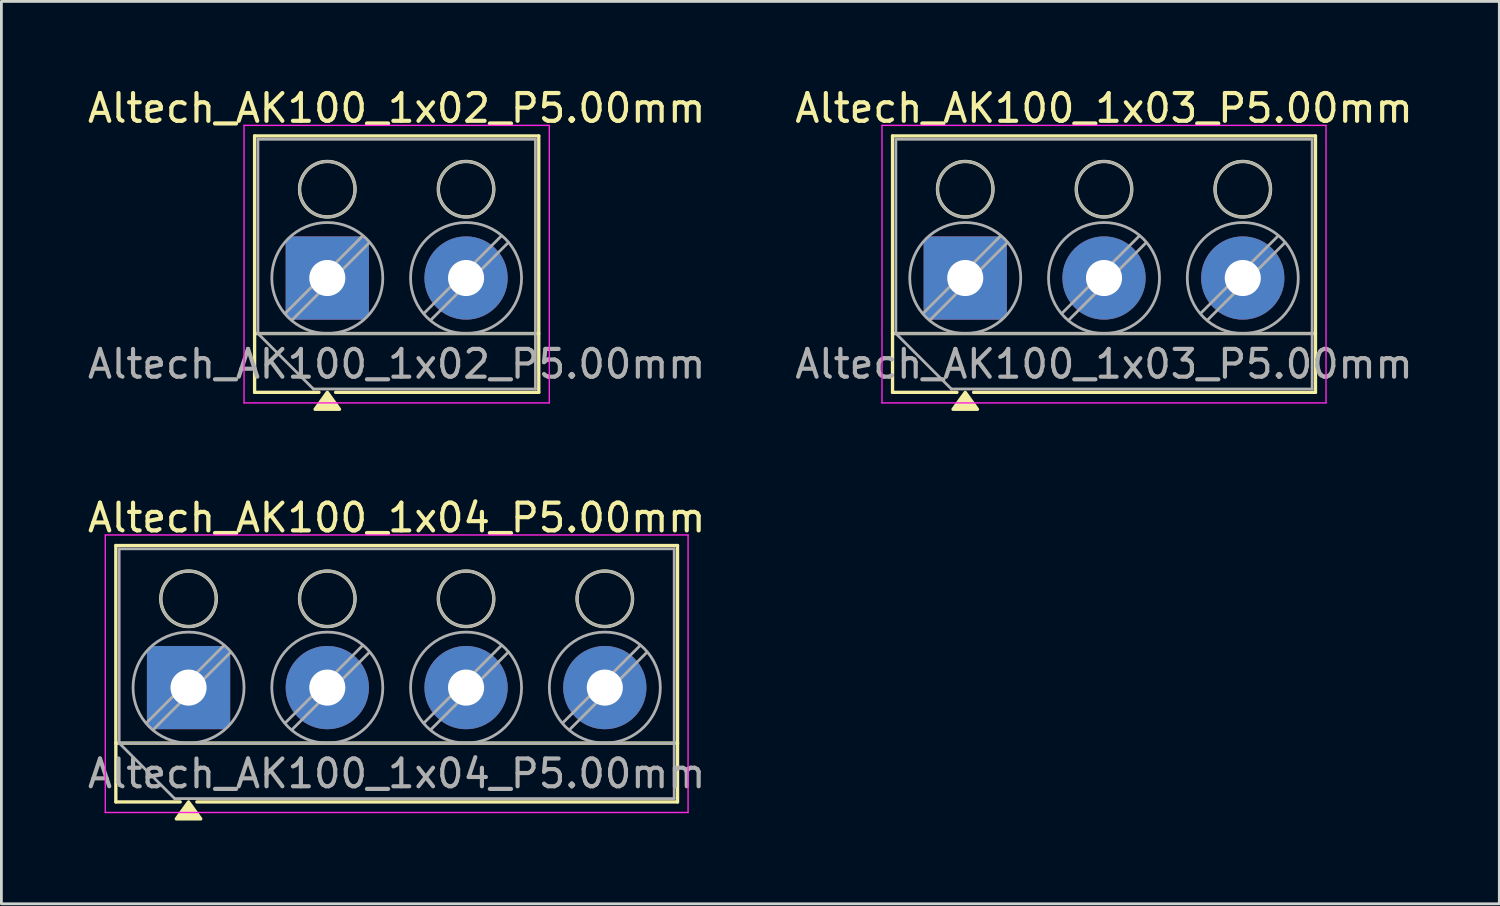
<source format=kicad_pcb>
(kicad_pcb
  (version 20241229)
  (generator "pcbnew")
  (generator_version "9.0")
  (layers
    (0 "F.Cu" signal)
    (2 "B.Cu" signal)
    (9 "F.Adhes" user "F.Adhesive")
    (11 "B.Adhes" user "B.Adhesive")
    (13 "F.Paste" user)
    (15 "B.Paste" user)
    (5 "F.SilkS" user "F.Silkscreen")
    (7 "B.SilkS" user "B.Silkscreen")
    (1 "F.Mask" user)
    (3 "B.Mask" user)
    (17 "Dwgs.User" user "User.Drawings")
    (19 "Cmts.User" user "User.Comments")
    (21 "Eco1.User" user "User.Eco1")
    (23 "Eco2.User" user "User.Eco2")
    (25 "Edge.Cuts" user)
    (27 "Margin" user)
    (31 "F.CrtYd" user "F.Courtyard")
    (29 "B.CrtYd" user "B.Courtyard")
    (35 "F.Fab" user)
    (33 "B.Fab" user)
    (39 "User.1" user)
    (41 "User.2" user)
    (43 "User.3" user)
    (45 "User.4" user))
  (footprint "Altech_AK100_1x04_P5.00mm"
    (layer "F.Cu")
    (at 3.744 21.727)
    (property "Reference" "Altech_AK100_1x04_P5.00mm" (at 7.5 -6.12 0) (layer "F.SilkS") (effects (font (size 1 1) (thickness 0.15))))
    (attr through_hole)
    (fp_line (start -2.62 -5.12) (end 17.62 -5.12) (stroke (width 0.12) (type solid)) (layer "F.SilkS"))
    (fp_line (start -2.62 2) (end 17.62 2) (stroke (width 0.12) (type solid)) (layer "F.SilkS"))
    (fp_line (start -2.62 4.12) (end -2.62 -5.12) (stroke (width 0.12) (type solid)) (layer "F.SilkS"))
    (fp_line (start -0.3 4.12) (end -2.62 4.12) (stroke (width 0.12) (type solid)) (layer "F.SilkS"))
    (fp_line (start 17.62 -5.12) (end 17.62 4.12) (stroke (width 0.12) (type solid)) (layer "F.SilkS"))
    (fp_line (start 17.62 4.12) (end 0.3 4.12) (stroke (width 0.12) (type solid)) (layer "F.SilkS"))
    (fp_circle (center 0 -3.2) (end 1 -3.2) (stroke (width 0.12) (type solid)) (fill no) (layer "F.SilkS"))
    (fp_circle (center 5 -3.2) (end 6 -3.2) (stroke (width 0.12) (type solid)) (fill no) (layer "F.SilkS"))
    (fp_circle (center 10 -3.2) (end 11 -3.2) (stroke (width 0.12) (type solid)) (fill no) (layer "F.SilkS"))
    (fp_circle (center 15 -3.2) (end 16 -3.2) (stroke (width 0.12) (type solid)) (fill no) (layer "F.SilkS"))
    (fp_poly (pts (xy 0 4.12) (xy 0.44 4.73) (xy -0.44 4.73)) (stroke (width 0.12) (type solid)) (fill yes) (layer "F.SilkS"))
    (fp_line (start -3 -5.5) (end -3 4.5) (stroke (width 0.05) (type solid)) (layer "F.CrtYd"))
    (fp_line (start -3 4.5) (end 18 4.5) (stroke (width 0.05) (type solid)) (layer "F.CrtYd"))
    (fp_line (start 18 -5.5) (end -3 -5.5) (stroke (width 0.05) (type solid)) (layer "F.CrtYd"))
    (fp_line (start 18 4.5) (end 18 -5.5) (stroke (width 0.05) (type solid)) (layer "F.CrtYd"))
    (fp_line (start -2.5 -5) (end 17.5 -5) (stroke (width 0.1) (type solid)) (layer "F.Fab"))
    (fp_line (start -2.5 2) (end -2.5 -5) (stroke (width 0.1) (type solid)) (layer "F.Fab"))
    (fp_line (start -2.5 2) (end 17.5 2) (stroke (width 0.1) (type solid)) (layer "F.Fab"))
    (fp_line (start -0.5 4) (end -2.5 2) (stroke (width 0.1) (type solid)) (layer "F.Fab"))
    (fp_line (start 1.273 -1.517) (end -1.517 1.273) (stroke (width 0.1) (type solid)) (layer "F.Fab"))
    (fp_line (start 1.517 -1.273) (end -1.273 1.517) (stroke (width 0.1) (type solid)) (layer "F.Fab"))
    (fp_line (start 6.273 -1.517) (end 3.483 1.273) (stroke (width 0.1) (type solid)) (layer "F.Fab"))
    (fp_line (start 6.517 -1.273) (end 3.727 1.517) (stroke (width 0.1) (type solid)) (layer "F.Fab"))
    (fp_line (start 11.273 -1.517) (end 8.483 1.273) (stroke (width 0.1) (type solid)) (layer "F.Fab"))
    (fp_line (start 11.517 -1.273) (end 8.727 1.517) (stroke (width 0.1) (type solid)) (layer "F.Fab"))
    (fp_line (start 16.273 -1.517) (end 13.483 1.273) (stroke (width 0.1) (type solid)) (layer "F.Fab"))
    (fp_line (start 16.517 -1.273) (end 13.727 1.517) (stroke (width 0.1) (type solid)) (layer "F.Fab"))
    (fp_line (start 17.5 -5) (end 17.5 4) (stroke (width 0.1) (type solid)) (layer "F.Fab"))
    (fp_line (start 17.5 4) (end -0.5 4) (stroke (width 0.1) (type solid)) (layer "F.Fab"))
    (fp_circle (center 0 -3.2) (end 1 -3.2) (stroke (width 0.1) (type solid)) (fill no) (layer "F.Fab"))
    (fp_circle (center 0 0) (end 2 0) (stroke (width 0.1) (type solid)) (fill no) (layer "F.Fab"))
    (fp_circle (center 5 -3.2) (end 6 -3.2) (stroke (width 0.1) (type solid)) (fill no) (layer "F.Fab"))
    (fp_circle (center 5 0) (end 7 0) (stroke (width 0.1) (type solid)) (fill no) (layer "F.Fab"))
    (fp_circle (center 10 -3.2) (end 11 -3.2) (stroke (width 0.1) (type solid)) (fill no) (layer "F.Fab"))
    (fp_circle (center 10 0) (end 12 0) (stroke (width 0.1) (type solid)) (fill no) (layer "F.Fab"))
    (fp_circle (center 15 -3.2) (end 16 -3.2) (stroke (width 0.1) (type solid)) (fill no) (layer "F.Fab"))
    (fp_circle (center 15 0) (end 17 0) (stroke (width 0.1) (type solid)) (fill no) (layer "F.Fab"))
    (fp_text user "${REFERENCE}" (at 7.5 3.1 0) (layer "F.Fab") (effects (font (size 1 1) (thickness 0.15))))
    (pad "1" thru_hole roundrect (at 0 0) (size 3 3) (drill 1.3) (layers "*.Cu" "*.Mask") (roundrect_rratio 0.083))
    (pad "2" thru_hole circle (at 5 0) (size 3 3) (drill 1.3) (layers "*.Cu" "*.Mask"))
    (pad "3" thru_hole circle (at 10 0) (size 3 3) (drill 1.3) (layers "*.Cu" "*.Mask"))
    (pad "4" thru_hole circle (at 15 0) (size 3 3) (drill 1.3) (layers "*.Cu" "*.Mask")))
  (footprint "Altech_AK100_1x02_P5.00mm"
    (layer "F.Cu")
    (at 8.744 6.968)
    (property "Reference" "Altech_AK100_1x02_P5.00mm" (at 2.5 -6.12 0) (layer "F.SilkS") (effects (font (size 1 1) (thickness 0.15))))
    (attr through_hole)
    (fp_line (start -2.62 -5.12) (end 7.62 -5.12) (stroke (width 0.12) (type solid)) (layer "F.SilkS"))
    (fp_line (start -2.62 2) (end 7.62 2) (stroke (width 0.12) (type solid)) (layer "F.SilkS"))
    (fp_line (start -2.62 4.12) (end -2.62 -5.12) (stroke (width 0.12) (type solid)) (layer "F.SilkS"))
    (fp_line (start -0.3 4.12) (end -2.62 4.12) (stroke (width 0.12) (type solid)) (layer "F.SilkS"))
    (fp_line (start 7.62 -5.12) (end 7.62 4.12) (stroke (width 0.12) (type solid)) (layer "F.SilkS"))
    (fp_line (start 7.62 4.12) (end 0.3 4.12) (stroke (width 0.12) (type solid)) (layer "F.SilkS"))
    (fp_circle (center 0 -3.2) (end 1 -3.2) (stroke (width 0.12) (type solid)) (fill no) (layer "F.SilkS"))
    (fp_circle (center 5 -3.2) (end 6 -3.2) (stroke (width 0.12) (type solid)) (fill no) (layer "F.SilkS"))
    (fp_poly (pts (xy 0 4.12) (xy 0.44 4.73) (xy -0.44 4.73)) (stroke (width 0.12) (type solid)) (fill yes) (layer "F.SilkS"))
    (fp_line (start -3 -5.5) (end -3 4.5) (stroke (width 0.05) (type solid)) (layer "F.CrtYd"))
    (fp_line (start -3 4.5) (end 8 4.5) (stroke (width 0.05) (type solid)) (layer "F.CrtYd"))
    (fp_line (start 8 -5.5) (end -3 -5.5) (stroke (width 0.05) (type solid)) (layer "F.CrtYd"))
    (fp_line (start 8 4.5) (end 8 -5.5) (stroke (width 0.05) (type solid)) (layer "F.CrtYd"))
    (fp_line (start -2.5 -5) (end 7.5 -5) (stroke (width 0.1) (type solid)) (layer "F.Fab"))
    (fp_line (start -2.5 2) (end -2.5 -5) (stroke (width 0.1) (type solid)) (layer "F.Fab"))
    (fp_line (start -2.5 2) (end 7.5 2) (stroke (width 0.1) (type solid)) (layer "F.Fab"))
    (fp_line (start -0.5 4) (end -2.5 2) (stroke (width 0.1) (type solid)) (layer "F.Fab"))
    (fp_line (start 1.273 -1.517) (end -1.517 1.273) (stroke (width 0.1) (type solid)) (layer "F.Fab"))
    (fp_line (start 1.517 -1.273) (end -1.273 1.517) (stroke (width 0.1) (type solid)) (layer "F.Fab"))
    (fp_line (start 6.273 -1.517) (end 3.483 1.273) (stroke (width 0.1) (type solid)) (layer "F.Fab"))
    (fp_line (start 6.517 -1.273) (end 3.727 1.517) (stroke (width 0.1) (type solid)) (layer "F.Fab"))
    (fp_line (start 7.5 -5) (end 7.5 4) (stroke (width 0.1) (type solid)) (layer "F.Fab"))
    (fp_line (start 7.5 4) (end -0.5 4) (stroke (width 0.1) (type solid)) (layer "F.Fab"))
    (fp_circle (center 0 -3.2) (end 1 -3.2) (stroke (width 0.1) (type solid)) (fill no) (layer "F.Fab"))
    (fp_circle (center 0 0) (end 2 0) (stroke (width 0.1) (type solid)) (fill no) (layer "F.Fab"))
    (fp_circle (center 5 -3.2) (end 6 -3.2) (stroke (width 0.1) (type solid)) (fill no) (layer "F.Fab"))
    (fp_circle (center 5 0) (end 7 0) (stroke (width 0.1) (type solid)) (fill no) (layer "F.Fab"))
    (fp_text user "${REFERENCE}" (at 2.5 3.1 0) (layer "F.Fab") (effects (font (size 1 1) (thickness 0.15))))
    (pad "1" thru_hole roundrect (at 0 0) (size 3 3) (drill 1.3) (layers "*.Cu" "*.Mask") (roundrect_rratio 0.083))
    (pad "2" thru_hole circle (at 5 0) (size 3 3) (drill 1.3) (layers "*.Cu" "*.Mask")))
  (footprint "Altech_AK100_1x03_P5.00mm"
    (layer "F.Cu")
    (at 31.732 6.968)
    (property "Reference" "Altech_AK100_1x03_P5.00mm" (at 5 -6.12 0) (layer "F.SilkS") (effects (font (size 1 1) (thickness 0.15))))
    (attr through_hole)
    (fp_line (start -2.62 -5.12) (end 12.62 -5.12) (stroke (width 0.12) (type solid)) (layer "F.SilkS"))
    (fp_line (start -2.62 2) (end 12.62 2) (stroke (width 0.12) (type solid)) (layer "F.SilkS"))
    (fp_line (start -2.62 4.12) (end -2.62 -5.12) (stroke (width 0.12) (type solid)) (layer "F.SilkS"))
    (fp_line (start -0.3 4.12) (end -2.62 4.12) (stroke (width 0.12) (type solid)) (layer "F.SilkS"))
    (fp_line (start 12.62 -5.12) (end 12.62 4.12) (stroke (width 0.12) (type solid)) (layer "F.SilkS"))
    (fp_line (start 12.62 4.12) (end 0.3 4.12) (stroke (width 0.12) (type solid)) (layer "F.SilkS"))
    (fp_circle (center 0 -3.2) (end 1 -3.2) (stroke (width 0.12) (type solid)) (fill no) (layer "F.SilkS"))
    (fp_circle (center 5 -3.2) (end 6 -3.2) (stroke (width 0.12) (type solid)) (fill no) (layer "F.SilkS"))
    (fp_circle (center 10 -3.2) (end 11 -3.2) (stroke (width 0.12) (type solid)) (fill no) (layer "F.SilkS"))
    (fp_poly (pts (xy 0 4.12) (xy 0.44 4.73) (xy -0.44 4.73)) (stroke (width 0.12) (type solid)) (fill yes) (layer "F.SilkS"))
    (fp_line (start -3 -5.5) (end -3 4.5) (stroke (width 0.05) (type solid)) (layer "F.CrtYd"))
    (fp_line (start -3 4.5) (end 13 4.5) (stroke (width 0.05) (type solid)) (layer "F.CrtYd"))
    (fp_line (start 13 -5.5) (end -3 -5.5) (stroke (width 0.05) (type solid)) (layer "F.CrtYd"))
    (fp_line (start 13 4.5) (end 13 -5.5) (stroke (width 0.05) (type solid)) (layer "F.CrtYd"))
    (fp_line (start -2.5 -5) (end 12.5 -5) (stroke (width 0.1) (type solid)) (layer "F.Fab"))
    (fp_line (start -2.5 2) (end -2.5 -5) (stroke (width 0.1) (type solid)) (layer "F.Fab"))
    (fp_line (start -2.5 2) (end 12.5 2) (stroke (width 0.1) (type solid)) (layer "F.Fab"))
    (fp_line (start -0.5 4) (end -2.5 2) (stroke (width 0.1) (type solid)) (layer "F.Fab"))
    (fp_line (start 1.273 -1.517) (end -1.517 1.273) (stroke (width 0.1) (type solid)) (layer "F.Fab"))
    (fp_line (start 1.517 -1.273) (end -1.273 1.517) (stroke (width 0.1) (type solid)) (layer "F.Fab"))
    (fp_line (start 6.273 -1.517) (end 3.483 1.273) (stroke (width 0.1) (type solid)) (layer "F.Fab"))
    (fp_line (start 6.517 -1.273) (end 3.727 1.517) (stroke (width 0.1) (type solid)) (layer "F.Fab"))
    (fp_line (start 11.273 -1.517) (end 8.483 1.273) (stroke (width 0.1) (type solid)) (layer "F.Fab"))
    (fp_line (start 11.517 -1.273) (end 8.727 1.517) (stroke (width 0.1) (type solid)) (layer "F.Fab"))
    (fp_line (start 12.5 -5) (end 12.5 4) (stroke (width 0.1) (type solid)) (layer "F.Fab"))
    (fp_line (start 12.5 4) (end -0.5 4) (stroke (width 0.1) (type solid)) (layer "F.Fab"))
    (fp_circle (center 0 -3.2) (end 1 -3.2) (stroke (width 0.1) (type solid)) (fill no) (layer "F.Fab"))
    (fp_circle (center 0 0) (end 2 0) (stroke (width 0.1) (type solid)) (fill no) (layer "F.Fab"))
    (fp_circle (center 5 -3.2) (end 6 -3.2) (stroke (width 0.1) (type solid)) (fill no) (layer "F.Fab"))
    (fp_circle (center 5 0) (end 7 0) (stroke (width 0.1) (type solid)) (fill no) (layer "F.Fab"))
    (fp_circle (center 10 -3.2) (end 11 -3.2) (stroke (width 0.1) (type solid)) (fill no) (layer "F.Fab"))
    (fp_circle (center 10 0) (end 12 0) (stroke (width 0.1) (type solid)) (fill no) (layer "F.Fab"))
    (fp_text user "${REFERENCE}" (at 5 3.1 0) (layer "F.Fab") (effects (font (size 1 1) (thickness 0.15))))
    (pad "1" thru_hole roundrect (at 0 0) (size 3 3) (drill 1.3) (layers "*.Cu" "*.Mask") (roundrect_rratio 0.083))
    (pad "2" thru_hole circle (at 5 0) (size 3 3) (drill 1.3) (layers "*.Cu" "*.Mask"))
    (pad "3" thru_hole circle (at 10 0) (size 3 3) (drill 1.3) (layers "*.Cu" "*.Mask")))
  (gr_rect
    (start -3 -3)
    (end 50.976 29.517)
    (stroke (width 0.1) (type default))
    (fill no)
    (layer "Edge.Cuts")))
</source>
